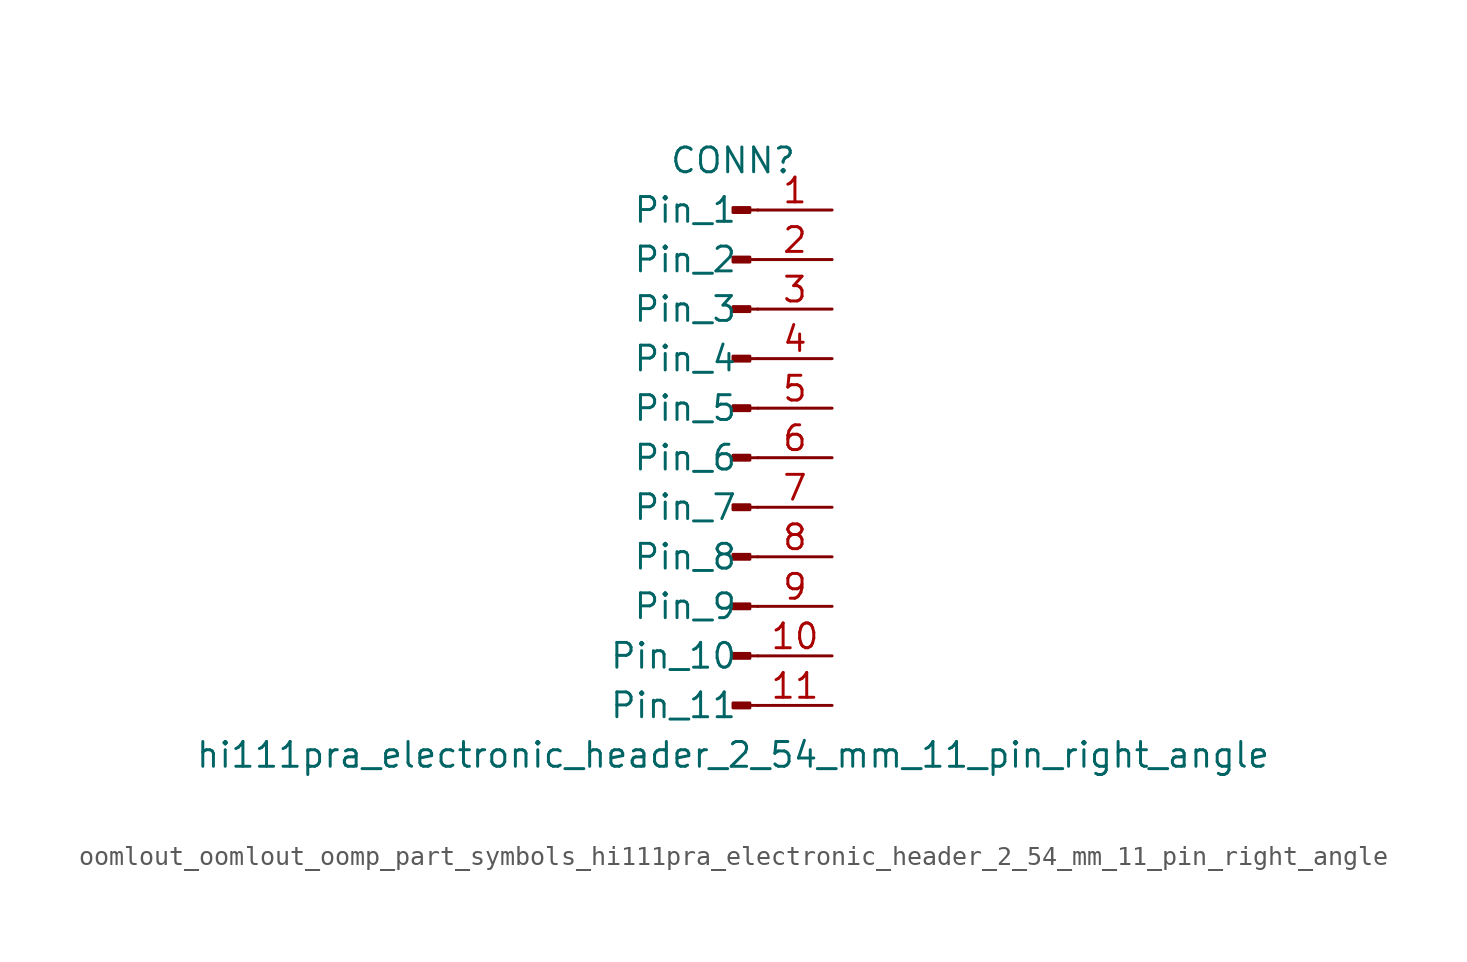
<source format=kicad_sym>
(kicad_symbol_lib
  (version 20220914)
  (generator kicad_symbol_editor)
  (symbol "oomlout_oomlout_oomp_part_symbols_hi111pra_electronic_header_2_54_mm_11_pin_right_angle"
    (pin_names
      (offset 1.016))
    (property "Reference" "CONN"
      (at 0 15.24 0)
      (effects (font (size 1.27 1.27))))
    (property "Value" "hi111pra_electronic_header_2_54_mm_11_pin_right_angle"
      (at 0 -15.24 0)
      (effects (font (size 1.27 1.27))))
    (property "ki_locked" ""
      (at 0 0 0)
      (effects (font (size 1.27 1.27))))
    (symbol "oomlout_oomlout_oomp_part_symbols_hi111pra_electronic_header_2_54_mm_11_pin_right_angle_1_1"
      (polyline (pts (xy 1.27 -12.7) (xy 0.864 -12.7)) (stroke (width 0.152) (type default)) (fill (type none)))
      (polyline (pts (xy 1.27 -10.16) (xy 0.864 -10.16)) (stroke (width 0.152) (type default)) (fill (type none)))
      (polyline (pts (xy 1.27 -7.62) (xy 0.864 -7.62)) (stroke (width 0.152) (type default)) (fill (type none)))
      (polyline (pts (xy 1.27 -5.08) (xy 0.864 -5.08)) (stroke (width 0.152) (type default)) (fill (type none)))
      (polyline (pts (xy 1.27 -2.54) (xy 0.864 -2.54)) (stroke (width 0.152) (type default)) (fill (type none)))
      (polyline (pts (xy 1.27 0) (xy 0.864 0)) (stroke (width 0.152) (type default)) (fill (type none)))
      (polyline (pts (xy 1.27 2.54) (xy 0.864 2.54)) (stroke (width 0.152) (type default)) (fill (type none)))
      (polyline (pts (xy 1.27 5.08) (xy 0.864 5.08)) (stroke (width 0.152) (type default)) (fill (type none)))
      (polyline (pts (xy 1.27 7.62) (xy 0.864 7.62)) (stroke (width 0.152) (type default)) (fill (type none)))
      (polyline (pts (xy 1.27 10.16) (xy 0.864 10.16)) (stroke (width 0.152) (type default)) (fill (type none)))
      (polyline (pts (xy 1.27 12.7) (xy 0.864 12.7)) (stroke (width 0.152) (type default)) (fill (type none)))
      (rectangle (start 0.864 -12.573) (end 0 -12.827) (stroke (width 0.152) (type default)) (fill (type outline)))
      (rectangle (start 0.864 -10.033) (end 0 -10.287) (stroke (width 0.152) (type default)) (fill (type outline)))
      (rectangle (start 0.864 -7.493) (end 0 -7.747) (stroke (width 0.152) (type default)) (fill (type outline)))
      (rectangle (start 0.864 -4.953) (end 0 -5.207) (stroke (width 0.152) (type default)) (fill (type outline)))
      (rectangle (start 0.864 -2.413) (end 0 -2.667) (stroke (width 0.152) (type default)) (fill (type outline)))
      (rectangle (start 0.864 0.127) (end 0 -0.127) (stroke (width 0.152) (type default)) (fill (type outline)))
      (rectangle (start 0.864 2.667) (end 0 2.413) (stroke (width 0.152) (type default)) (fill (type outline)))
      (rectangle (start 0.864 5.207) (end 0 4.953) (stroke (width 0.152) (type default)) (fill (type outline)))
      (rectangle (start 0.864 7.747) (end 0 7.493) (stroke (width 0.152) (type default)) (fill (type outline)))
      (rectangle (start 0.864 10.287) (end 0 10.033) (stroke (width 0.152) (type default)) (fill (type outline)))
      (rectangle (start 0.864 12.827) (end 0 12.573) (stroke (width 0.152) (type default)) (fill (type outline)))
      (pin passive line (at 5.08 12.7 180) (length 3.81) (name "Pin_1" (effects (font (size 1.27 1.27)))) (number "1" (effects (font (size 1.27 1.27)))))
      (pin passive line (at 5.08 -10.16 180) (length 3.81) (name "Pin_10" (effects (font (size 1.27 1.27)))) (number "10" (effects (font (size 1.27 1.27)))))
      (pin passive line (at 5.08 -12.7 180) (length 3.81) (name "Pin_11" (effects (font (size 1.27 1.27)))) (number "11" (effects (font (size 1.27 1.27)))))
      (pin passive line (at 5.08 10.16 180) (length 3.81) (name "Pin_2" (effects (font (size 1.27 1.27)))) (number "2" (effects (font (size 1.27 1.27)))))
      (pin passive line (at 5.08 7.62 180) (length 3.81) (name "Pin_3" (effects (font (size 1.27 1.27)))) (number "3" (effects (font (size 1.27 1.27)))))
      (pin passive line (at 5.08 5.08 180) (length 3.81) (name "Pin_4" (effects (font (size 1.27 1.27)))) (number "4" (effects (font (size 1.27 1.27)))))
      (pin passive line (at 5.08 2.54 180) (length 3.81) (name "Pin_5" (effects (font (size 1.27 1.27)))) (number "5" (effects (font (size 1.27 1.27)))))
      (pin passive line (at 5.08 0 180) (length 3.81) (name "Pin_6" (effects (font (size 1.27 1.27)))) (number "6" (effects (font (size 1.27 1.27)))))
      (pin passive line (at 5.08 -2.54 180) (length 3.81) (name "Pin_7" (effects (font (size 1.27 1.27)))) (number "7" (effects (font (size 1.27 1.27)))))
      (pin passive line (at 5.08 -5.08 180) (length 3.81) (name "Pin_8" (effects (font (size 1.27 1.27)))) (number "8" (effects (font (size 1.27 1.27)))))
      (pin passive line (at 5.08 -7.62 180) (length 3.81) (name "Pin_9" (effects (font (size 1.27 1.27)))) (number "9" (effects (font (size 1.27 1.27))))))))
</source>
